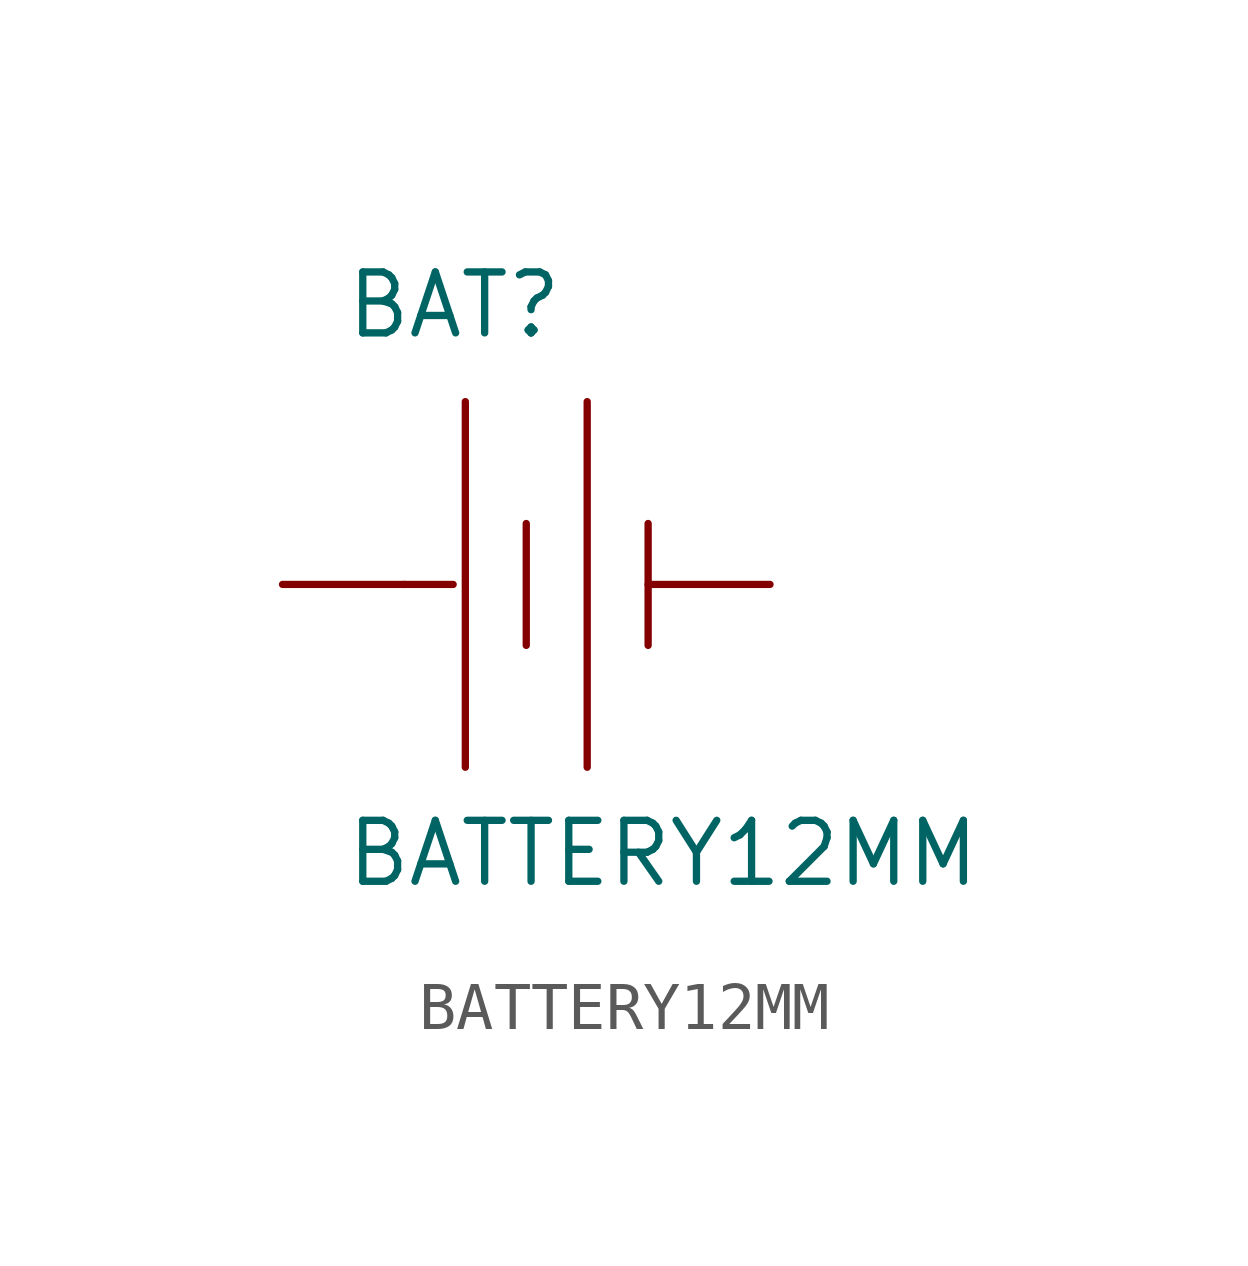
<source format=kicad_sym>
(kicad_symbol_lib
  (version 20211014)
  (generator kicad_symbol_editor)
  (symbol "BATTERY12MM"
    (pin_numbers hide)
    (pin_names
      (offset 1.016) hide)
    (property "Reference" "BAT"
      (at -3.81 5.08 0)
      (effects (font (size 1.27 1.27)) (justify left bottom)))
    (property "Value" "BATTERY12MM"
      (at -3.81 -6.35 0)
      (effects (font (size 1.27 1.27)) (justify left bottom)))
    (property "ki_locked" ""
      (at 0 0 0)
      (effects (font (size 1.27 1.27))))
    (symbol "BATTERY12MM_1_0"
      (polyline (pts (xy -2.54 0) (xy -1.524 0)) (stroke (width 0) (type default) (color 0 0 0 0)) (fill (type none)))
      (polyline (pts (xy -1.27 3.81) (xy -1.27 -3.81)) (stroke (width 0) (type default) (color 0 0 0 0)) (fill (type none)))
      (polyline (pts (xy 0 1.27) (xy 0 -1.27)) (stroke (width 0) (type default) (color 0 0 0 0)) (fill (type none)))
      (polyline (pts (xy 1.27 3.81) (xy 1.27 -3.81)) (stroke (width 0) (type default) (color 0 0 0 0)) (fill (type none)))
      (polyline (pts (xy 2.54 1.27) (xy 2.54 -1.27)) (stroke (width 0) (type default) (color 0 0 0 0)) (fill (type none))))
    (symbol "BATTERY12MM_1_1"
      (pin power_in line (at 5.08 0 180) (length 2.54) (name "-" (effects (font (size 1.016 1.016)))) (number "GND" (effects (font (size 1.016 1.016)))))
      (pin power_in line (at -5.08 0 0) (length 2.54) (name "+" (effects (font (size 1.016 1.016)))) (number "PWR@1" (effects (font (size 1.016 1.016))))))))
</source>
